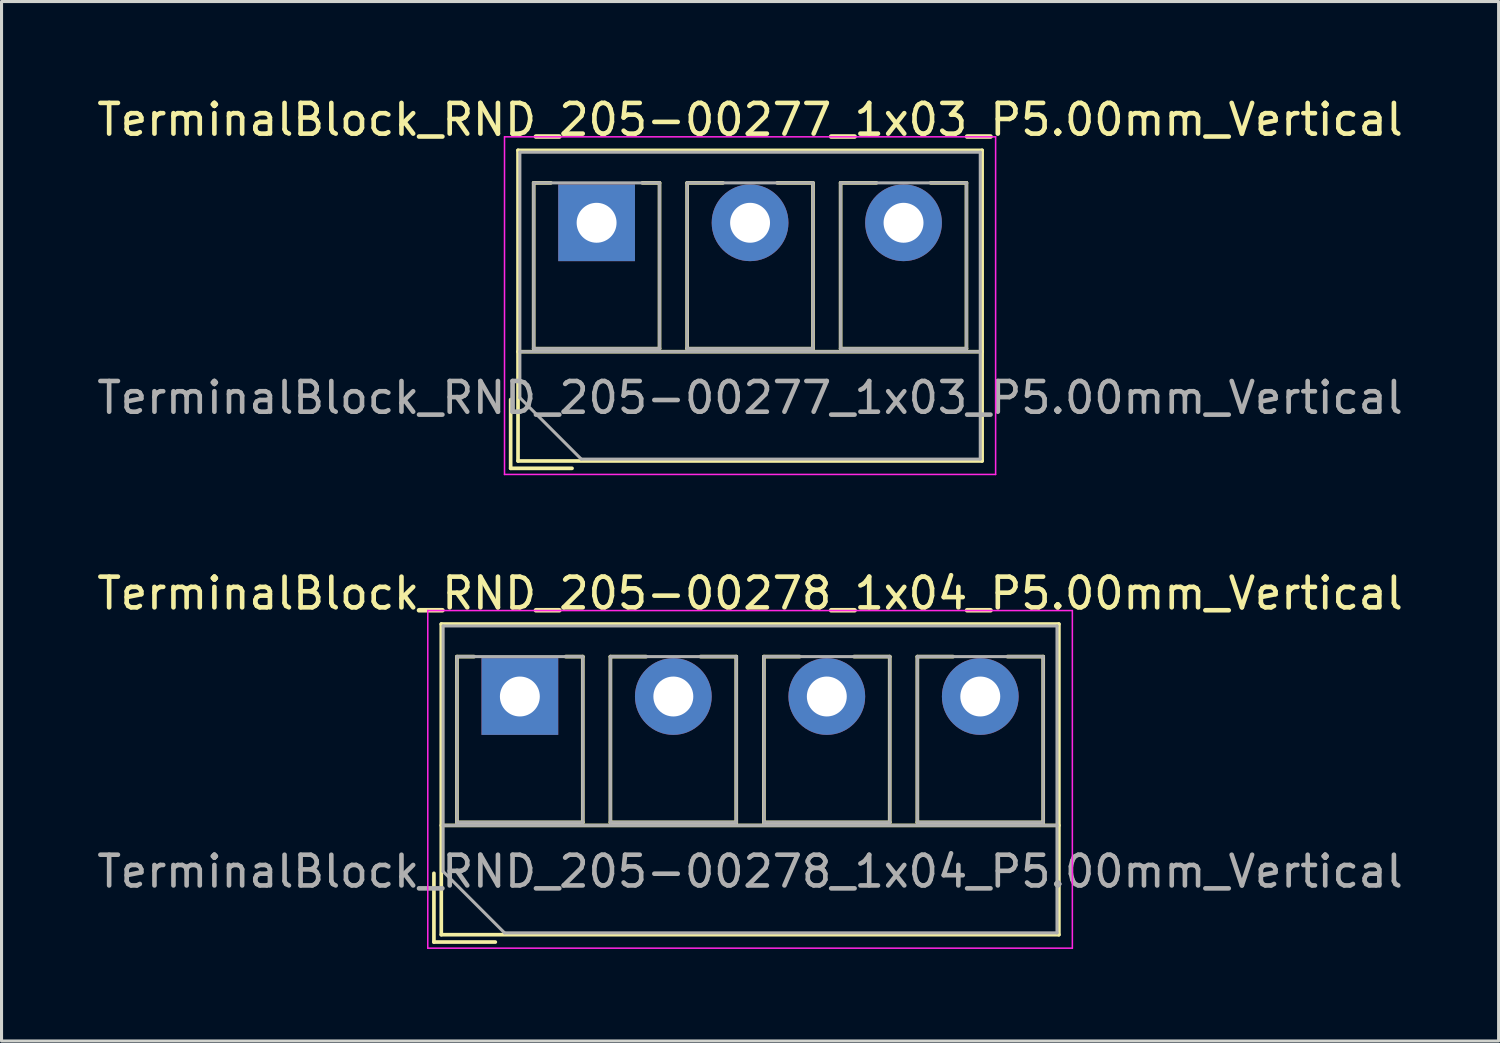
<source format=kicad_pcb>
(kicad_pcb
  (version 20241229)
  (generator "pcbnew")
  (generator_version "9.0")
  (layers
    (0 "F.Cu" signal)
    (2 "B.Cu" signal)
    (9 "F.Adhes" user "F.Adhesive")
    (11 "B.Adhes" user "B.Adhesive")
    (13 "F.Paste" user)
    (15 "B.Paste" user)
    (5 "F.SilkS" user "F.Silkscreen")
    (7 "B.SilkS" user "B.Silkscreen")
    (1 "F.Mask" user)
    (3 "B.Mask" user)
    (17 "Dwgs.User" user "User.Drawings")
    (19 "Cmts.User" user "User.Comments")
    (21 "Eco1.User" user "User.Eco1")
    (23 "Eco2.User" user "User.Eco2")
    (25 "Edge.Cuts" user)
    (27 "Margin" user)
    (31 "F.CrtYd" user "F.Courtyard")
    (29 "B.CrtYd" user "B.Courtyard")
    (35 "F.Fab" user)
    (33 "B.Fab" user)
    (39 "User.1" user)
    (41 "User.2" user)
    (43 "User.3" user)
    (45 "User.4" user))
  (footprint "TerminalBlock_RND_205-00278_1x04_P5.00mm_Vertical"
    (layer "F.Cu")
    (at 13.887 19.642)
    (property "Reference" "TerminalBlock_RND_205-00278_1x04_P5.00mm_Vertical" (at 7.5 -3.36 0) (layer "F.SilkS") (effects (font (size 1 1) (thickness 0.15))))
    (attr through_hole)
    (fp_line (start -2.8 5.76) (end -2.8 8) (stroke (width 0.12) (type solid)) (layer "F.SilkS"))
    (fp_line (start -2.8 8) (end -0.8 8) (stroke (width 0.12) (type solid)) (layer "F.SilkS"))
    (fp_line (start -2.56 -2.36) (end -2.56 7.76) (stroke (width 0.12) (type solid)) (layer "F.SilkS"))
    (fp_line (start -2.56 -2.36) (end 17.561 -2.36) (stroke (width 0.12) (type solid)) (layer "F.SilkS"))
    (fp_line (start -2.56 4.2) (end 17.561 4.2) (stroke (width 0.12) (type solid)) (layer "F.SilkS"))
    (fp_line (start -2.56 7.76) (end 17.561 7.76) (stroke (width 0.12) (type solid)) (layer "F.SilkS"))
    (fp_line (start -2.05 -1.3) (end -2.05 4.1) (stroke (width 0.12) (type solid)) (layer "F.SilkS"))
    (fp_line (start -2.05 -1.3) (end -1.49 -1.3) (stroke (width 0.12) (type solid)) (layer "F.SilkS"))
    (fp_line (start -2.05 4.1) (end 2.05 4.1) (stroke (width 0.12) (type solid)) (layer "F.SilkS"))
    (fp_line (start 1.49 -1.3) (end 2.05 -1.3) (stroke (width 0.12) (type solid)) (layer "F.SilkS"))
    (fp_line (start 2.05 -1.3) (end 2.05 4.1) (stroke (width 0.12) (type solid)) (layer "F.SilkS"))
    (fp_line (start 2.95 -1.3) (end 2.95 4.1) (stroke (width 0.12) (type solid)) (layer "F.SilkS"))
    (fp_line (start 2.95 -1.3) (end 4.117 -1.3) (stroke (width 0.12) (type solid)) (layer "F.SilkS"))
    (fp_line (start 2.95 4.1) (end 7.05 4.1) (stroke (width 0.12) (type solid)) (layer "F.SilkS"))
    (fp_line (start 5.884 -1.3) (end 7.05 -1.3) (stroke (width 0.12) (type solid)) (layer "F.SilkS"))
    (fp_line (start 7.05 -1.3) (end 7.05 4.1) (stroke (width 0.12) (type solid)) (layer "F.SilkS"))
    (fp_line (start 7.95 -1.3) (end 7.95 4.1) (stroke (width 0.12) (type solid)) (layer "F.SilkS"))
    (fp_line (start 7.95 -1.3) (end 9.117 -1.3) (stroke (width 0.12) (type solid)) (layer "F.SilkS"))
    (fp_line (start 7.95 4.1) (end 12.05 4.1) (stroke (width 0.12) (type solid)) (layer "F.SilkS"))
    (fp_line (start 10.884 -1.3) (end 12.05 -1.3) (stroke (width 0.12) (type solid)) (layer "F.SilkS"))
    (fp_line (start 12.05 -1.3) (end 12.05 4.1) (stroke (width 0.12) (type solid)) (layer "F.SilkS"))
    (fp_line (start 12.95 -1.3) (end 12.95 4.1) (stroke (width 0.12) (type solid)) (layer "F.SilkS"))
    (fp_line (start 12.95 -1.3) (end 14.117 -1.3) (stroke (width 0.12) (type solid)) (layer "F.SilkS"))
    (fp_line (start 12.95 4.1) (end 17.05 4.1) (stroke (width 0.12) (type solid)) (layer "F.SilkS"))
    (fp_line (start 15.884 -1.3) (end 17.05 -1.3) (stroke (width 0.12) (type solid)) (layer "F.SilkS"))
    (fp_line (start 17.05 -1.3) (end 17.05 4.1) (stroke (width 0.12) (type solid)) (layer "F.SilkS"))
    (fp_line (start 17.561 -2.36) (end 17.561 7.76) (stroke (width 0.12) (type solid)) (layer "F.SilkS"))
    (fp_line (start -3 -2.8) (end -3 8.2) (stroke (width 0.05) (type solid)) (layer "F.CrtYd"))
    (fp_line (start -3 8.2) (end 18 8.2) (stroke (width 0.05) (type solid)) (layer "F.CrtYd"))
    (fp_line (start 18 -2.8) (end -3 -2.8) (stroke (width 0.05) (type solid)) (layer "F.CrtYd"))
    (fp_line (start 18 8.2) (end 18 -2.8) (stroke (width 0.05) (type solid)) (layer "F.CrtYd"))
    (fp_line (start -2.5 -2.3) (end 17.5 -2.3) (stroke (width 0.1) (type solid)) (layer "F.Fab"))
    (fp_line (start -2.5 4.2) (end 17.5 4.2) (stroke (width 0.1) (type solid)) (layer "F.Fab"))
    (fp_line (start -2.5 5.7) (end -2.5 -2.3) (stroke (width 0.1) (type solid)) (layer "F.Fab"))
    (fp_line (start -2.05 -1.3) (end -2.05 4.1) (stroke (width 0.1) (type solid)) (layer "F.Fab"))
    (fp_line (start -2.05 4.1) (end 2.05 4.1) (stroke (width 0.1) (type solid)) (layer "F.Fab"))
    (fp_line (start -0.5 7.7) (end -2.5 5.7) (stroke (width 0.1) (type solid)) (layer "F.Fab"))
    (fp_line (start 2.05 -1.3) (end -2.05 -1.3) (stroke (width 0.1) (type solid)) (layer "F.Fab"))
    (fp_line (start 2.05 4.1) (end 2.05 -1.3) (stroke (width 0.1) (type solid)) (layer "F.Fab"))
    (fp_line (start 2.95 -1.3) (end 2.95 4.1) (stroke (width 0.1) (type solid)) (layer "F.Fab"))
    (fp_line (start 2.95 4.1) (end 7.05 4.1) (stroke (width 0.1) (type solid)) (layer "F.Fab"))
    (fp_line (start 7.05 -1.3) (end 2.95 -1.3) (stroke (width 0.1) (type solid)) (layer "F.Fab"))
    (fp_line (start 7.05 4.1) (end 7.05 -1.3) (stroke (width 0.1) (type solid)) (layer "F.Fab"))
    (fp_line (start 7.95 -1.3) (end 7.95 4.1) (stroke (width 0.1) (type solid)) (layer "F.Fab"))
    (fp_line (start 7.95 4.1) (end 12.05 4.1) (stroke (width 0.1) (type solid)) (layer "F.Fab"))
    (fp_line (start 12.05 -1.3) (end 7.95 -1.3) (stroke (width 0.1) (type solid)) (layer "F.Fab"))
    (fp_line (start 12.05 4.1) (end 12.05 -1.3) (stroke (width 0.1) (type solid)) (layer "F.Fab"))
    (fp_line (start 12.95 -1.3) (end 12.95 4.1) (stroke (width 0.1) (type solid)) (layer "F.Fab"))
    (fp_line (start 12.95 4.1) (end 17.05 4.1) (stroke (width 0.1) (type solid)) (layer "F.Fab"))
    (fp_line (start 17.05 -1.3) (end 12.95 -1.3) (stroke (width 0.1) (type solid)) (layer "F.Fab"))
    (fp_line (start 17.05 4.1) (end 17.05 -1.3) (stroke (width 0.1) (type solid)) (layer "F.Fab"))
    (fp_line (start 17.5 -2.3) (end 17.5 7.7) (stroke (width 0.1) (type solid)) (layer "F.Fab"))
    (fp_line (start 17.5 7.7) (end -0.5 7.7) (stroke (width 0.1) (type solid)) (layer "F.Fab"))
    (fp_text user "${REFERENCE}" (at 7.5 5.7 0) (layer "F.Fab") (effects (font (size 1 1) (thickness 0.15))))
    (pad "1" thru_hole rect (at 0 0) (size 2.5 2.5) (drill 1.3) (layers "*.Cu" "*.Mask"))
    (pad "2" thru_hole circle (at 5 0) (size 2.5 2.5) (drill 1.3) (layers "*.Cu" "*.Mask"))
    (pad "3" thru_hole circle (at 10 0) (size 2.5 2.5) (drill 1.3) (layers "*.Cu" "*.Mask"))
    (pad "4" thru_hole circle (at 15 0) (size 2.5 2.5) (drill 1.3) (layers "*.Cu" "*.Mask")))
  (footprint "TerminalBlock_RND_205-00277_1x03_P5.00mm_Vertical"
    (layer "F.Cu")
    (at 16.387 4.208)
    (property "Reference" "TerminalBlock_RND_205-00277_1x03_P5.00mm_Vertical" (at 5 -3.36 0) (layer "F.SilkS") (effects (font (size 1 1) (thickness 0.15))))
    (attr through_hole)
    (fp_line (start -2.8 5.76) (end -2.8 8) (stroke (width 0.12) (type solid)) (layer "F.SilkS"))
    (fp_line (start -2.8 8) (end -0.8 8) (stroke (width 0.12) (type solid)) (layer "F.SilkS"))
    (fp_line (start -2.56 -2.36) (end -2.56 7.76) (stroke (width 0.12) (type solid)) (layer "F.SilkS"))
    (fp_line (start -2.56 -2.36) (end 12.56 -2.36) (stroke (width 0.12) (type solid)) (layer "F.SilkS"))
    (fp_line (start -2.56 4.2) (end 12.56 4.2) (stroke (width 0.12) (type solid)) (layer "F.SilkS"))
    (fp_line (start -2.56 7.76) (end 12.56 7.76) (stroke (width 0.12) (type solid)) (layer "F.SilkS"))
    (fp_line (start -2.05 -1.3) (end -2.05 4.1) (stroke (width 0.12) (type solid)) (layer "F.SilkS"))
    (fp_line (start -2.05 -1.3) (end -1.49 -1.3) (stroke (width 0.12) (type solid)) (layer "F.SilkS"))
    (fp_line (start -2.05 4.1) (end 2.05 4.1) (stroke (width 0.12) (type solid)) (layer "F.SilkS"))
    (fp_line (start 1.49 -1.3) (end 2.05 -1.3) (stroke (width 0.12) (type solid)) (layer "F.SilkS"))
    (fp_line (start 2.05 -1.3) (end 2.05 4.1) (stroke (width 0.12) (type solid)) (layer "F.SilkS"))
    (fp_line (start 2.95 -1.3) (end 2.95 4.1) (stroke (width 0.12) (type solid)) (layer "F.SilkS"))
    (fp_line (start 2.95 -1.3) (end 4.117 -1.3) (stroke (width 0.12) (type solid)) (layer "F.SilkS"))
    (fp_line (start 2.95 4.1) (end 7.05 4.1) (stroke (width 0.12) (type solid)) (layer "F.SilkS"))
    (fp_line (start 5.884 -1.3) (end 7.05 -1.3) (stroke (width 0.12) (type solid)) (layer "F.SilkS"))
    (fp_line (start 7.05 -1.3) (end 7.05 4.1) (stroke (width 0.12) (type solid)) (layer "F.SilkS"))
    (fp_line (start 7.95 -1.3) (end 7.95 4.1) (stroke (width 0.12) (type solid)) (layer "F.SilkS"))
    (fp_line (start 7.95 -1.3) (end 9.117 -1.3) (stroke (width 0.12) (type solid)) (layer "F.SilkS"))
    (fp_line (start 7.95 4.1) (end 12.05 4.1) (stroke (width 0.12) (type solid)) (layer "F.SilkS"))
    (fp_line (start 10.884 -1.3) (end 12.05 -1.3) (stroke (width 0.12) (type solid)) (layer "F.SilkS"))
    (fp_line (start 12.05 -1.3) (end 12.05 4.1) (stroke (width 0.12) (type solid)) (layer "F.SilkS"))
    (fp_line (start 12.56 -2.36) (end 12.56 7.76) (stroke (width 0.12) (type solid)) (layer "F.SilkS"))
    (fp_line (start -3 -2.8) (end -3 8.2) (stroke (width 0.05) (type solid)) (layer "F.CrtYd"))
    (fp_line (start -3 8.2) (end 13 8.2) (stroke (width 0.05) (type solid)) (layer "F.CrtYd"))
    (fp_line (start 13 -2.8) (end -3 -2.8) (stroke (width 0.05) (type solid)) (layer "F.CrtYd"))
    (fp_line (start 13 8.2) (end 13 -2.8) (stroke (width 0.05) (type solid)) (layer "F.CrtYd"))
    (fp_line (start -2.5 -2.3) (end 12.5 -2.3) (stroke (width 0.1) (type solid)) (layer "F.Fab"))
    (fp_line (start -2.5 4.2) (end 12.5 4.2) (stroke (width 0.1) (type solid)) (layer "F.Fab"))
    (fp_line (start -2.5 5.7) (end -2.5 -2.3) (stroke (width 0.1) (type solid)) (layer "F.Fab"))
    (fp_line (start -2.05 -1.3) (end -2.05 4.1) (stroke (width 0.1) (type solid)) (layer "F.Fab"))
    (fp_line (start -2.05 4.1) (end 2.05 4.1) (stroke (width 0.1) (type solid)) (layer "F.Fab"))
    (fp_line (start -0.5 7.7) (end -2.5 5.7) (stroke (width 0.1) (type solid)) (layer "F.Fab"))
    (fp_line (start 2.05 -1.3) (end -2.05 -1.3) (stroke (width 0.1) (type solid)) (layer "F.Fab"))
    (fp_line (start 2.05 4.1) (end 2.05 -1.3) (stroke (width 0.1) (type solid)) (layer "F.Fab"))
    (fp_line (start 2.95 -1.3) (end 2.95 4.1) (stroke (width 0.1) (type solid)) (layer "F.Fab"))
    (fp_line (start 2.95 4.1) (end 7.05 4.1) (stroke (width 0.1) (type solid)) (layer "F.Fab"))
    (fp_line (start 7.05 -1.3) (end 2.95 -1.3) (stroke (width 0.1) (type solid)) (layer "F.Fab"))
    (fp_line (start 7.05 4.1) (end 7.05 -1.3) (stroke (width 0.1) (type solid)) (layer "F.Fab"))
    (fp_line (start 7.95 -1.3) (end 7.95 4.1) (stroke (width 0.1) (type solid)) (layer "F.Fab"))
    (fp_line (start 7.95 4.1) (end 12.05 4.1) (stroke (width 0.1) (type solid)) (layer "F.Fab"))
    (fp_line (start 12.05 -1.3) (end 7.95 -1.3) (stroke (width 0.1) (type solid)) (layer "F.Fab"))
    (fp_line (start 12.05 4.1) (end 12.05 -1.3) (stroke (width 0.1) (type solid)) (layer "F.Fab"))
    (fp_line (start 12.5 -2.3) (end 12.5 7.7) (stroke (width 0.1) (type solid)) (layer "F.Fab"))
    (fp_line (start 12.5 7.7) (end -0.5 7.7) (stroke (width 0.1) (type solid)) (layer "F.Fab"))
    (fp_text user "${REFERENCE}" (at 5 5.7 0) (layer "F.Fab") (effects (font (size 1 1) (thickness 0.15))))
    (pad "1" thru_hole rect (at 0 0) (size 2.5 2.5) (drill 1.3) (layers "*.Cu" "*.Mask"))
    (pad "2" thru_hole circle (at 5 0) (size 2.5 2.5) (drill 1.3) (layers "*.Cu" "*.Mask"))
    (pad "3" thru_hole circle (at 10 0) (size 2.5 2.5) (drill 1.3) (layers "*.Cu" "*.Mask")))
  (gr_rect
    (start -3 -3)
    (end 45.774 30.866)
    (stroke (width 0.1) (type default))
    (fill no)
    (layer "Edge.Cuts")))
</source>
